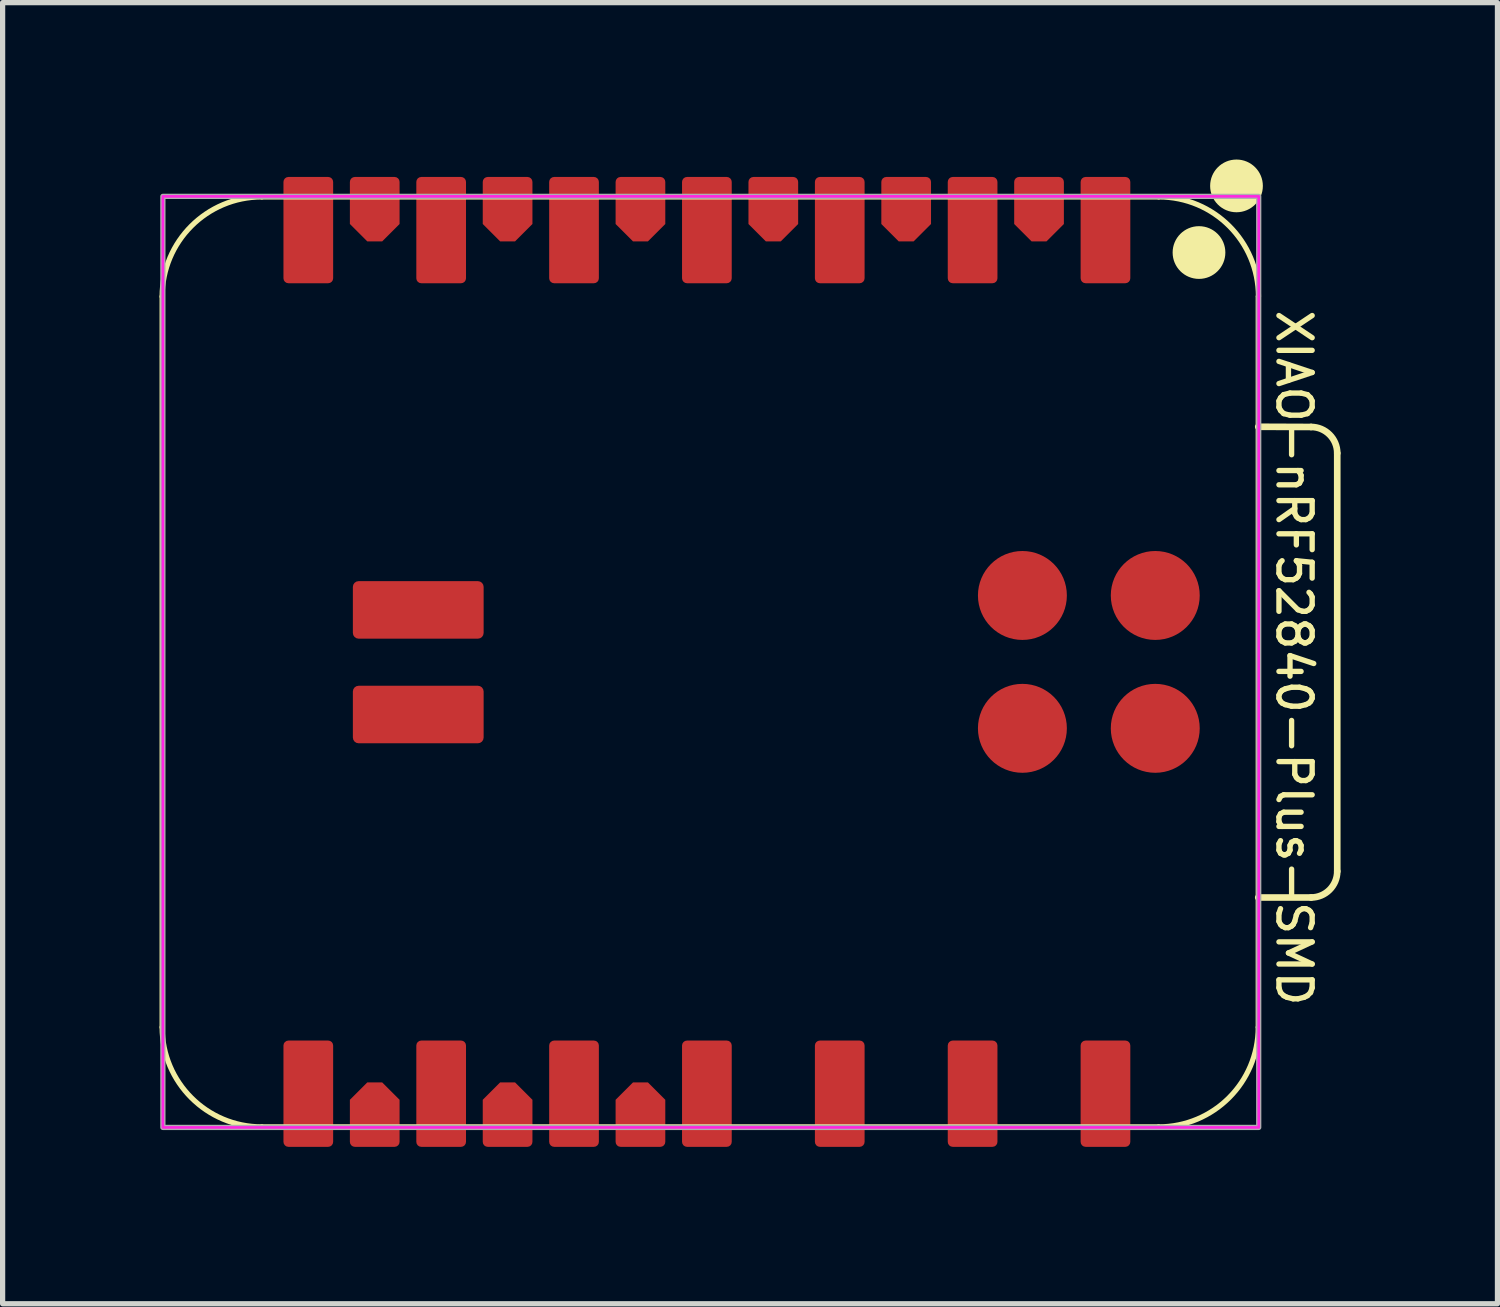
<source format=kicad_pcb>
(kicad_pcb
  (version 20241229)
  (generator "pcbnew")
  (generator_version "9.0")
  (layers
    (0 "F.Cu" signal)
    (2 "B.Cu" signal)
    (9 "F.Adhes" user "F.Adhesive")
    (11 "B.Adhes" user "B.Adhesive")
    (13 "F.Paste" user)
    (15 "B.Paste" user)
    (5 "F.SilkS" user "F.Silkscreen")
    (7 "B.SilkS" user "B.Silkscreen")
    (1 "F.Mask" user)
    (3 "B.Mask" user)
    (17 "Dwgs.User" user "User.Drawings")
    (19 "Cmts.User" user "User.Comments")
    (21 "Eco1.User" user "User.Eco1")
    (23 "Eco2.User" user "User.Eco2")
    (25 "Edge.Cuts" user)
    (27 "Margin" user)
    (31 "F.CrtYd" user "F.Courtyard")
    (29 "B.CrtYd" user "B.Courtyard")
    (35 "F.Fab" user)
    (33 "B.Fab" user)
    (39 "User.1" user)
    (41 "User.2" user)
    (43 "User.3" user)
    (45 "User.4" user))
  (footprint "XIAO-nRF52840-Plus-SMD"
    (layer "F.Cu")
    (at 10.464 9.604)
    (property "Reference" "XIAO-nRF52840-Plus-SMD" (at 11.225 -0.075 270) (unlocked yes) (layer "F.SilkS") (effects (font (size 0.635 0.635) (thickness 0.102))))
    (attr smd)
    (fp_line (start -10.414 -6.985) (end -10.414 6.985) (stroke (width 0.1) (type solid)) (layer "F.SilkS"))
    (fp_line (start -8.509 -8.89) (end 8.636 -8.89) (stroke (width 0.1) (type solid)) (layer "F.SilkS"))
    (fp_line (start -8.509 8.89) (end 8.636 8.89) (stroke (width 0.1) (type solid)) (layer "F.SilkS"))
    (fp_line (start 10.541 -4.495) (end 11.551 -4.491) (stroke (width 0.127) (type solid)) (layer "F.SilkS"))
    (fp_line (start 10.541 6.985) (end 10.541 -6.985) (stroke (width 0.1) (type solid)) (layer "F.SilkS"))
    (fp_line (start 11.551 4.504) (end 10.541 4.504) (stroke (width 0.127) (type solid)) (layer "F.SilkS"))
    (fp_line (start 12.051 -3.991) (end 12.051 4.004) (stroke (width 0.127) (type solid)) (layer "F.SilkS"))
    (fp_arc (start -10.414 -6.985) (mid -9.856038 -8.332038) (end -8.509 -8.89) (stroke (width 0.1) (type solid)) (layer "F.SilkS"))
    (fp_arc (start -8.509 8.89) (mid -9.856038 8.332038) (end -10.414 6.985) (stroke (width 0.1) (type solid)) (layer "F.SilkS"))
    (fp_arc (start 8.64 -8.89) (mid 9.987038 -8.332038) (end 10.545 -6.985) (stroke (width 0.1) (type solid)) (layer "F.SilkS"))
    (fp_arc (start 10.541 6.985) (mid 9.983024 8.332024) (end 8.636 8.89) (stroke (width 0.1) (type solid)) (layer "F.SilkS"))
    (fp_arc (start 11.551272 -4.491272) (mid 11.904644 -4.344724) (end 12.051 -3.991272) (stroke (width 0.127) (type default)) (layer "F.SilkS"))
    (fp_arc (start 12.051 4.004) (mid 11.904524 4.357524) (end 11.551 4.504) (stroke (width 0.127) (type default)) (layer "F.SilkS"))
    (fp_circle (center 9.408 -7.826) (end 9.662 -7.826) (stroke (width 0.5) (type solid)) (fill yes) (layer "F.SilkS"))
    (fp_circle (center 10.125 -9.1) (end 10.379 -9.1) (stroke (width 0.5) (type solid)) (fill yes) (layer "F.SilkS"))
    (fp_rect (start -10.4 -8.9) (end 10.55 8.9) (stroke (width 0.05) (type default)) (fill no) (layer "F.CrtYd"))
    (fp_rect (start -10.4 -8.9) (end 10.55 8.9) (stroke (width 0.1) (type default)) (fill no) (layer "F.Fab"))
    (fp_line (start -10.414 -6.985) (end -10.414 6.985) (stroke (width 0.025) (type solid)) (layer "User.1"))
    (fp_line (start -8.509 -8.89) (end 8.636 -8.89) (stroke (width 0.025) (type solid)) (layer "User.1"))
    (fp_line (start -8.509 8.89) (end 8.636 8.89) (stroke (width 0.025) (type solid)) (layer "User.1"))
    (fp_line (start 10.541 6.985) (end 10.541 -6.985) (stroke (width 0.025) (type solid)) (layer "User.1"))
    (fp_rect (start 5.715 -3.81) (end 12.065 3.81) (stroke (width 0.076) (type default)) (fill no) (layer "User.1"))
    (fp_arc (start -10.414 -6.985) (mid -9.856038 -8.332038) (end -8.509 -8.89) (stroke (width 0.0254) (type solid)) (layer "User.1"))
    (fp_arc (start -8.509 8.89) (mid -9.856038 8.332038) (end -10.414 6.985) (stroke (width 0.0254) (type solid)) (layer "User.1"))
    (fp_arc (start 8.636 -8.89) (mid 9.983038 -8.332038) (end 10.541 -6.985) (stroke (width 0.0254) (type solid)) (layer "User.1"))
    (fp_arc (start 10.541 6.985) (mid 9.983038 8.332038) (end 8.636 8.89) (stroke (width 0.0254) (type solid)) (layer "User.1"))
    (fp_circle (center -7.62 -8.89) (end -7.493 -8.89) (stroke (width 0.025) (type default)) (fill no) (layer "User.1"))
    (fp_circle (center -7.62 -7.62) (end -7.493 -7.62) (stroke (width 0.025) (type default)) (fill no) (layer "User.1"))
    (fp_circle (center -7.62 7.62) (end -7.493 7.62) (stroke (width 0.025) (type default)) (fill no) (layer "User.1"))
    (fp_circle (center -7.62 8.89) (end -7.493 8.89) (stroke (width 0.025) (type default)) (fill no) (layer "User.1"))
    (fp_circle (center -5.08 -8.89) (end -4.953 -8.89) (stroke (width 0.025) (type default)) (fill no) (layer "User.1"))
    (fp_circle (center -5.08 -7.62) (end -4.953 -7.62) (stroke (width 0.025) (type default)) (fill no) (layer "User.1"))
    (fp_circle (center -5.08 7.62) (end -4.953 7.62) (stroke (width 0.025) (type default)) (fill no) (layer "User.1"))
    (fp_circle (center -5.08 8.89) (end -4.953 8.89) (stroke (width 0.025) (type default)) (fill no) (layer "User.1"))
    (fp_circle (center -2.54 -8.89) (end -2.413 -8.89) (stroke (width 0.025) (type default)) (fill no) (layer "User.1"))
    (fp_circle (center -2.54 -7.62) (end -2.413 -7.62) (stroke (width 0.025) (type default)) (fill no) (layer "User.1"))
    (fp_circle (center -2.54 7.62) (end -2.413 7.62) (stroke (width 0.025) (type default)) (fill no) (layer "User.1"))
    (fp_circle (center -2.54 8.89) (end -2.413 8.89) (stroke (width 0.025) (type default)) (fill no) (layer "User.1"))
    (fp_circle (center 0 -8.89) (end 0.127 -8.89) (stroke (width 0.025) (type default)) (fill no) (layer "User.1"))
    (fp_circle (center 0 -7.62) (end 0.127 -7.62) (stroke (width 0.025) (type default)) (fill no) (layer "User.1"))
    (fp_circle (center 0 7.62) (end 0.127 7.62) (stroke (width 0.025) (type default)) (fill no) (layer "User.1"))
    (fp_circle (center 0 8.89) (end 0.127 8.89) (stroke (width 0.025) (type default)) (fill no) (layer "User.1"))
    (fp_circle (center 2.54 -8.89) (end 2.667 -8.89) (stroke (width 0.025) (type default)) (fill no) (layer "User.1"))
    (fp_circle (center 2.54 -7.62) (end 2.667 -7.62) (stroke (width 0.025) (type default)) (fill no) (layer "User.1"))
    (fp_circle (center 2.54 7.62) (end 2.667 7.62) (stroke (width 0.025) (type default)) (fill no) (layer "User.1"))
    (fp_circle (center 2.54 8.89) (end 2.667 8.89) (stroke (width 0.025) (type default)) (fill no) (layer "User.1"))
    (fp_circle (center 5.08 -8.89) (end 5.207 -8.89) (stroke (width 0.025) (type default)) (fill no) (layer "User.1"))
    (fp_circle (center 5.08 -7.62) (end 5.207 -7.62) (stroke (width 0.025) (type default)) (fill no) (layer "User.1"))
    (fp_circle (center 5.08 7.62) (end 5.207 7.62) (stroke (width 0.025) (type default)) (fill no) (layer "User.1"))
    (fp_circle (center 5.08 8.89) (end 5.207 8.89) (stroke (width 0.025) (type default)) (fill no) (layer "User.1"))
    (fp_circle (center 7.62 -8.89) (end 7.747 -8.89) (stroke (width 0.025) (type default)) (fill no) (layer "User.1"))
    (fp_circle (center 7.62 -7.62) (end 7.747 -7.62) (stroke (width 0.025) (type default)) (fill no) (layer "User.1"))
    (fp_circle (center 7.62 7.62) (end 7.747 7.62) (stroke (width 0.025) (type default)) (fill no) (layer "User.1"))
    (fp_circle (center 7.62 8.89) (end 7.747 8.89) (stroke (width 0.025) (type default)) (fill no) (layer "User.1"))
    (pad "1" smd roundrect (at 7.62 -8.255 90) (size 2.032 0.95) (layers "F.Cu" "F.Mask" "F.Paste") (roundrect_rratio 0.1))
    (pad "2" smd roundrect (at 5.08 -8.255 90) (size 2.032 0.95) (layers "F.Cu" "F.Mask" "F.Paste") (roundrect_rratio 0.1))
    (pad "3" smd roundrect (at 2.54 -8.255 90) (size 2.032 0.95) (layers "F.Cu" "F.Mask" "F.Paste") (roundrect_rratio 0.1))
    (pad "4" smd roundrect (at 0 -8.255 90) (size 2.032 0.95) (layers "F.Cu" "F.Mask" "F.Paste") (roundrect_rratio 0.1))
    (pad "5" smd roundrect (at -2.54 -8.255 90) (size 2.032 0.95) (layers "F.Cu" "F.Mask" "F.Paste") (roundrect_rratio 0.1))
    (pad "6" smd roundrect (at -5.08 -8.255 90) (size 2.032 0.95) (layers "F.Cu" "F.Mask" "F.Paste") (roundrect_rratio 0.1))
    (pad "7" smd roundrect (at -7.62 -8.255 90) (size 2.032 0.95) (layers "F.Cu" "F.Mask" "F.Paste") (roundrect_rratio 0.1))
    (pad "8" smd roundrect (at -7.62 8.255 270) (size 2.032 0.95) (layers "F.Cu" "F.Mask" "F.Paste") (roundrect_rratio 0.1))
    (pad "9" smd roundrect (at -5.08 8.255 270) (size 2.032 0.95) (layers "F.Cu" "F.Mask" "F.Paste") (roundrect_rratio 0.1))
    (pad "10" smd roundrect (at -2.54 8.255 270) (size 2.032 0.95) (layers "F.Cu" "F.Mask" "F.Paste") (roundrect_rratio 0.1))
    (pad "11" smd roundrect (at 0 8.255 270) (size 2.032 0.95) (layers "F.Cu" "F.Mask" "F.Paste") (roundrect_rratio 0.1))
    (pad "12" smd roundrect (at 2.54 8.255 270) (size 2.032 0.95) (layers "F.Cu" "F.Mask" "F.Paste") (roundrect_rratio 0.1))
    (pad "13" smd roundrect (at 5.08 8.255 270) (size 2.032 0.95) (layers "F.Cu" "F.Mask" "F.Paste") (roundrect_rratio 0.1))
    (pad "14" smd roundrect (at 7.62 8.255 270) (size 2.032 0.95) (layers "F.Cu" "F.Mask" "F.Paste") (roundrect_rratio 0.1))
    (pad "15" smd roundrect (at 6.35 -8.655 90) (size 1.232 0.95) (layers "F.Cu" "F.Mask" "F.Paste") (roundrect_rratio 0.1) (chamfer_ratio 0.35) (chamfer top_left bottom_left))
    (pad "16" smd roundrect (at 3.81 -8.655 90) (size 1.232 0.95) (layers "F.Cu" "F.Mask" "F.Paste") (roundrect_rratio 0.1) (chamfer_ratio 0.35) (chamfer top_left bottom_left))
    (pad "17" smd roundrect (at 1.27 -8.655 90) (size 1.232 0.95) (layers "F.Cu" "F.Mask" "F.Paste") (roundrect_rratio 0.1) (chamfer_ratio 0.35) (chamfer top_left bottom_left))
    (pad "18" smd roundrect (at -1.27 -8.655 90) (size 1.232 0.95) (layers "F.Cu" "F.Mask" "F.Paste") (roundrect_rratio 0.1) (chamfer_ratio 0.35) (chamfer top_left bottom_left))
    (pad "19" smd roundrect (at -3.81 -8.655 90) (size 1.232 0.95) (layers "F.Cu" "F.Mask" "F.Paste") (roundrect_rratio 0.1) (chamfer_ratio 0.35) (chamfer top_left bottom_left))
    (pad "20" smd roundrect (at -6.35 -8.655 90) (size 1.232 0.95) (layers "F.Cu" "F.Mask" "F.Paste") (roundrect_rratio 0.1) (chamfer_ratio 0.35) (chamfer top_left bottom_left))
    (pad "21" smd roundrect (at -6.35 8.655 270) (size 1.232 0.95) (layers "F.Cu" "F.Mask" "F.Paste") (roundrect_rratio 0.1) (chamfer_ratio 0.35) (chamfer top_left bottom_left))
    (pad "22" smd roundrect (at -3.81 8.655 270) (size 1.232 0.95) (layers "F.Cu" "F.Mask" "F.Paste") (roundrect_rratio 0.1) (chamfer_ratio 0.35) (chamfer top_left bottom_left))
    (pad "23" smd roundrect (at -1.27 8.655 270) (size 1.232 0.95) (layers "F.Cu" "F.Mask" "F.Paste") (roundrect_rratio 0.1) (chamfer_ratio 0.35) (chamfer top_left bottom_left))
    (pad "24" smd circle (at 8.572 -1.27 270) (size 1.7 1.7) (layers "F.Cu" "F.Mask" "F.Paste"))
    (pad "25" smd circle (at 8.572 1.27 270) (size 1.7 1.7) (layers "F.Cu" "F.Mask" "F.Paste"))
    (pad "26" smd circle (at 6.032 -1.27 270) (size 1.7 1.7) (layers "F.Cu" "F.Mask" "F.Paste"))
    (pad "27" smd circle (at 6.032 1.27 270) (size 1.7 1.7) (layers "F.Cu" "F.Mask" "F.Paste"))
    (pad "32" smd roundrect (at -5.518 -0.994 180) (size 2.5 1.1) (layers "F.Cu" "F.Mask" "F.Paste") (roundrect_rratio 0.1))
    (pad "33" smd roundrect (at -5.518 1.006 180) (size 2.5 1.1) (layers "F.Cu" "F.Mask" "F.Paste") (roundrect_rratio 0.1)))
  (gr_rect
    (start -3 -3)
    (end 25.578 21.875)
    (stroke (width 0.1) (type default))
    (fill no)
    (layer "Edge.Cuts")))
</source>
